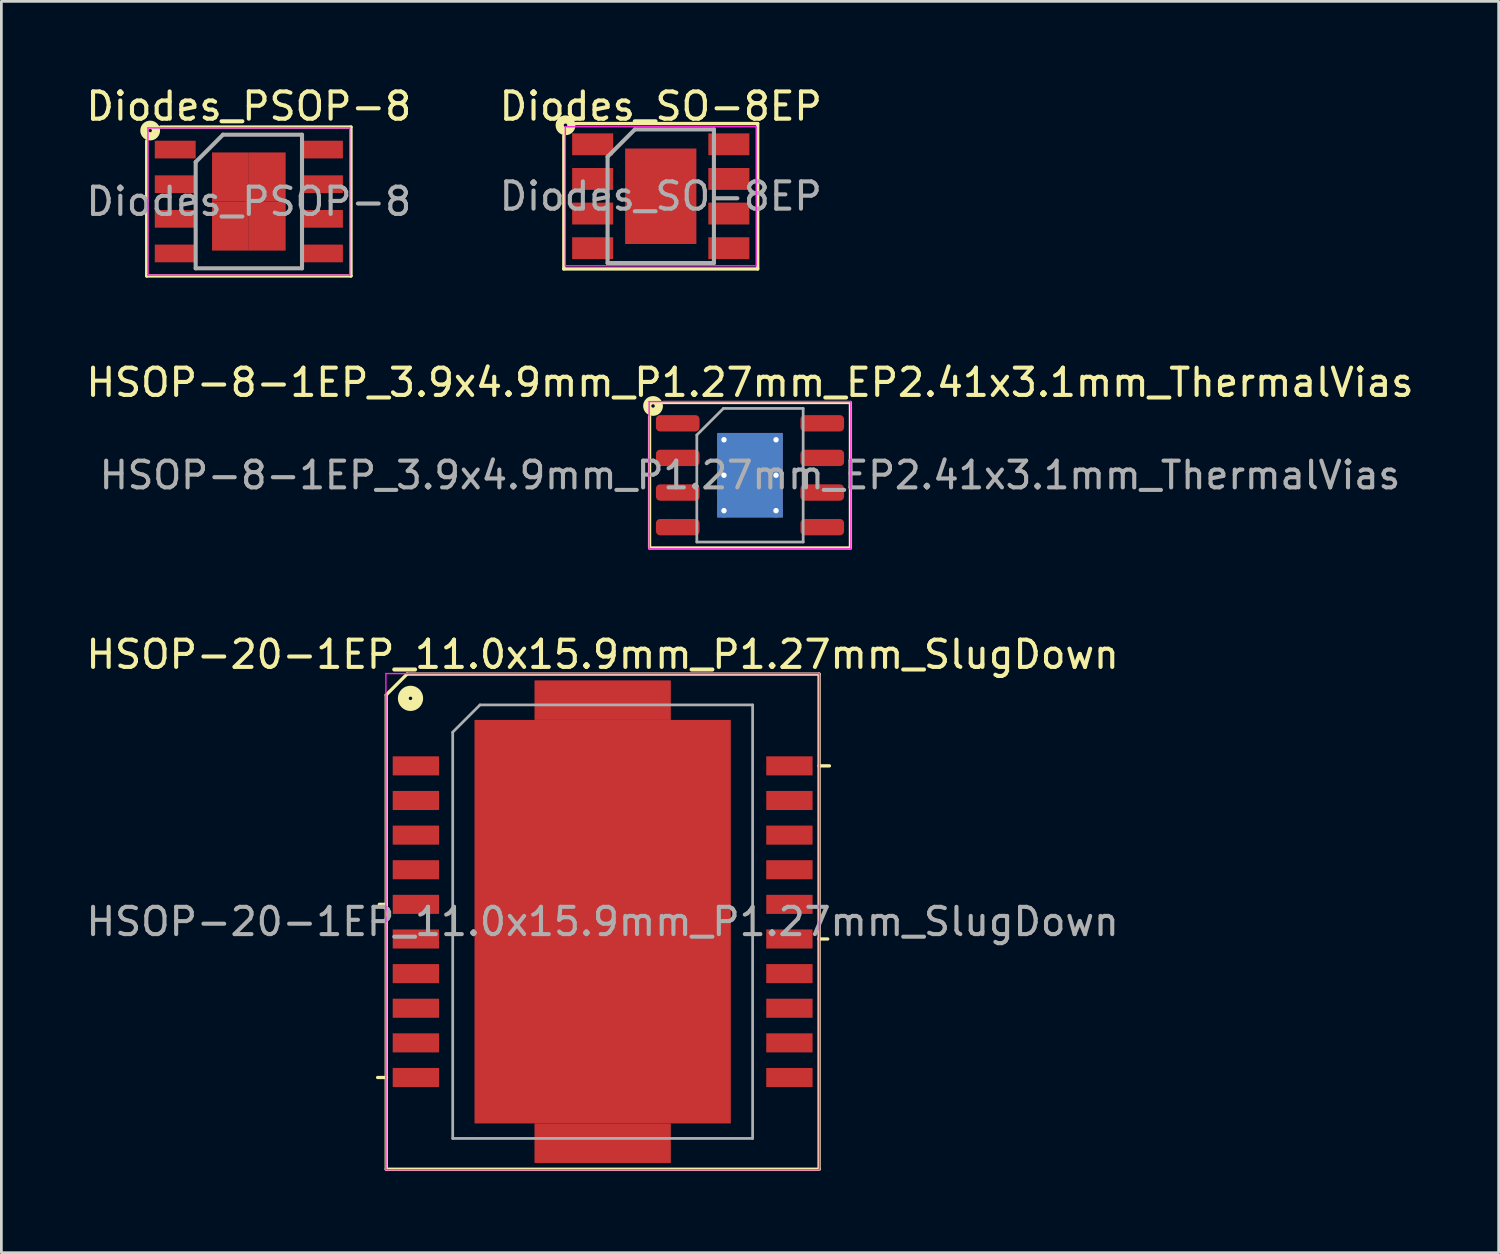
<source format=kicad_pcb>
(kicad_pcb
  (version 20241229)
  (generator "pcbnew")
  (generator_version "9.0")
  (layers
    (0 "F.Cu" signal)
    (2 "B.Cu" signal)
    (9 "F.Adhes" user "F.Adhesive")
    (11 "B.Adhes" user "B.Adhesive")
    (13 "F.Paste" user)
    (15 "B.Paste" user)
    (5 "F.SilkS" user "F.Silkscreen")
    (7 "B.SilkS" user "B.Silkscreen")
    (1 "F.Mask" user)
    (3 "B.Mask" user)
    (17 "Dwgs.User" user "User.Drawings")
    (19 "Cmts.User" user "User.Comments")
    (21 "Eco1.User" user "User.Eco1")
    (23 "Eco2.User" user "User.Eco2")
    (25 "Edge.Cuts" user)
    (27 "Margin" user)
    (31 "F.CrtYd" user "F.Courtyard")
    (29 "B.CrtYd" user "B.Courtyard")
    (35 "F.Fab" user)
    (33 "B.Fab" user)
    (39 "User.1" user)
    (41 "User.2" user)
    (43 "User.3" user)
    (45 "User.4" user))
  (footprint "HSOP-20-1EP_11.0x15.9mm_P1.27mm_SlugDown"
    (layer "F.Cu")
    (at 19.054 30.755)
    (property "Reference" "HSOP-20-1EP_11.0x15.9mm_P1.27mm_SlugDown" (at 0 -9.8 0) (layer "F.SilkS") (effects (font (size 1 1) (thickness 0.15))))
    (attr smd)
    (fp_line (start -7.938 -8.319) (end -7.938 9.081) (stroke (width 0.12) (type solid)) (layer "F.SilkS"))
    (fp_line (start -7.938 -8.319) (end -7.176 -9.081) (stroke (width 0.12) (type solid)) (layer "F.SilkS"))
    (fp_line (start -7.938 -0.635) (end -8.191 -0.635) (stroke (width 0.12) (type solid)) (layer "F.SilkS"))
    (fp_line (start -7.938 5.715) (end -8.255 5.715) (stroke (width 0.12) (type solid)) (layer "F.SilkS"))
    (fp_line (start -7.938 9.081) (end 7.938 9.081) (stroke (width 0.12) (type solid)) (layer "F.SilkS"))
    (fp_line (start 7.938 -9.081) (end -7.176 -9.081) (stroke (width 0.12) (type solid)) (layer "F.SilkS"))
    (fp_line (start 7.938 -5.715) (end 8.319 -5.715) (stroke (width 0.12) (type solid)) (layer "F.SilkS"))
    (fp_line (start 7.938 0.635) (end 8.255 0.635) (stroke (width 0.12) (type solid)) (layer "F.SilkS"))
    (fp_line (start 7.938 9.081) (end 7.938 -9.081) (stroke (width 0.12) (type solid)) (layer "F.SilkS"))
    (fp_circle (center -7.048 -8.191) (end -6.985 -8.191) (stroke (width 0.4) (type solid)) (fill no) (layer "F.SilkS"))
    (fp_line (start -7.95 -9.1) (end -7.95 9.1) (stroke (width 0.05) (type solid)) (layer "F.CrtYd"))
    (fp_line (start -7.95 -9.1) (end 7.95 -9.1) (stroke (width 0.05) (type solid)) (layer "F.CrtYd"))
    (fp_line (start 7.95 9.1) (end -7.95 9.1) (stroke (width 0.05) (type solid)) (layer "F.CrtYd"))
    (fp_line (start 7.95 9.1) (end 7.95 -9.1) (stroke (width 0.05) (type solid)) (layer "F.CrtYd"))
    (fp_line (start -5.5 -6.95) (end -5.5 7.95) (stroke (width 0.1) (type solid)) (layer "F.Fab"))
    (fp_line (start -5.5 7.95) (end 5.5 7.95) (stroke (width 0.1) (type solid)) (layer "F.Fab"))
    (fp_line (start -4.5 -7.95) (end -5.5 -6.95) (stroke (width 0.1) (type solid)) (layer "F.Fab"))
    (fp_line (start 5.5 -7.95) (end -4.5 -7.95) (stroke (width 0.1) (type solid)) (layer "F.Fab"))
    (fp_line (start 5.5 7.95) (end 5.5 -7.95) (stroke (width 0.1) (type solid)) (layer "F.Fab"))
    (fp_text user "${REFERENCE}" (at 0 0 0) (layer "F.Fab") (effects (font (size 1 1) (thickness 0.15))))
    (pad "1" smd rect (at -6.85 -5.715) (size 1.7 0.7) (layers "F.Cu" "F.Mask" "F.Paste"))
    (pad "2" smd rect (at -6.85 -4.445) (size 1.7 0.7) (layers "F.Cu" "F.Mask" "F.Paste"))
    (pad "3" smd rect (at -6.85 -3.175) (size 1.7 0.7) (layers "F.Cu" "F.Mask" "F.Paste"))
    (pad "4" smd rect (at -6.85 -1.905) (size 1.7 0.7) (layers "F.Cu" "F.Mask" "F.Paste"))
    (pad "5" smd rect (at -6.85 -0.635) (size 1.7 0.7) (layers "F.Cu" "F.Mask" "F.Paste"))
    (pad "6" smd rect (at -6.85 0.635) (size 1.7 0.7) (layers "F.Cu" "F.Mask" "F.Paste"))
    (pad "7" smd rect (at -6.85 1.905) (size 1.7 0.7) (layers "F.Cu" "F.Mask" "F.Paste"))
    (pad "8" smd rect (at -6.85 3.175) (size 1.7 0.7) (layers "F.Cu" "F.Mask" "F.Paste"))
    (pad "9" smd rect (at -6.85 4.445) (size 1.7 0.7) (layers "F.Cu" "F.Mask" "F.Paste"))
    (pad "10" smd rect (at -6.85 5.715) (size 1.7 0.7) (layers "F.Cu" "F.Mask" "F.Paste"))
    (pad "11" smd rect (at 6.85 5.715) (size 1.7 0.7) (layers "F.Cu" "F.Mask" "F.Paste"))
    (pad "12" smd rect (at 6.85 4.445) (size 1.7 0.7) (layers "F.Cu" "F.Mask" "F.Paste"))
    (pad "13" smd rect (at 6.85 3.175) (size 1.7 0.7) (layers "F.Cu" "F.Mask" "F.Paste"))
    (pad "14" smd rect (at 6.85 1.905) (size 1.7 0.7) (layers "F.Cu" "F.Mask" "F.Paste"))
    (pad "15" smd rect (at 6.85 0.635) (size 1.7 0.7) (layers "F.Cu" "F.Mask" "F.Paste"))
    (pad "16" smd rect (at 6.85 -0.635) (size 1.7 0.7) (layers "F.Cu" "F.Mask" "F.Paste"))
    (pad "17" smd rect (at 6.85 -1.905) (size 1.7 0.7) (layers "F.Cu" "F.Mask" "F.Paste"))
    (pad "18" smd rect (at 6.85 -3.175) (size 1.7 0.7) (layers "F.Cu" "F.Mask" "F.Paste"))
    (pad "19" smd rect (at 6.85 -4.445) (size 1.7 0.7) (layers "F.Cu" "F.Mask" "F.Paste"))
    (pad "20" smd rect (at 6.85 -5.715) (size 1.7 0.7) (layers "F.Cu" "F.Mask" "F.Paste"))
    (pad "21" smd rect (at 0 -8.125) (size 5 1.45) (layers "F.Cu" "F.Mask" "F.Paste"))
    (pad "21" smd rect (at 0 0) (size 9.4 14.8) (layers "F.Cu" "F.Mask" "F.Paste"))
    (pad "21" smd rect (at 0 8.125) (size 5 1.45) (layers "F.Cu" "F.Mask" "F.Paste")))
  (footprint "Diodes_SO-8EP"
    (layer "F.Cu")
    (at 21.185 4.148)
    (property "Reference" "Diodes_SO-8EP" (at 0 -3.3 0) (layer "F.SilkS") (effects (font (size 1 1) (thickness 0.15))))
    (attr smd)
    (fp_line (start -3.556 2.667) (end -3.556 -2.223) (stroke (width 0.12) (type solid)) (layer "F.SilkS"))
    (fp_line (start -3.111 -2.667) (end 3.493 -2.667) (stroke (width 0.12) (type solid)) (layer "F.SilkS"))
    (fp_line (start 3.493 -2.667) (end 3.556 -2.667) (stroke (width 0.12) (type solid)) (layer "F.SilkS"))
    (fp_line (start 3.556 -2.667) (end 3.556 2.667) (stroke (width 0.12) (type solid)) (layer "F.SilkS"))
    (fp_line (start 3.556 2.667) (end -3.556 2.667) (stroke (width 0.12) (type solid)) (layer "F.SilkS"))
    (fp_circle (center -3.493 -2.603) (end -3.429 -2.603) (stroke (width 0.3) (type solid)) (fill no) (layer "F.SilkS"))
    (fp_line (start -3.5 -2.55) (end -3.5 2.55) (stroke (width 0.05) (type solid)) (layer "F.CrtYd"))
    (fp_line (start -3.5 -2.55) (end 3.5 -2.55) (stroke (width 0.05) (type solid)) (layer "F.CrtYd"))
    (fp_line (start -3.5 2.55) (end 3.5 2.55) (stroke (width 0.05) (type solid)) (layer "F.CrtYd"))
    (fp_line (start 3.5 -2.55) (end 3.5 2.55) (stroke (width 0.05) (type solid)) (layer "F.CrtYd"))
    (fp_line (start -1.95 -1.45) (end -0.95 -2.45) (stroke (width 0.15) (type solid)) (layer "F.Fab"))
    (fp_line (start -1.95 2.45) (end -1.95 -1.45) (stroke (width 0.15) (type solid)) (layer "F.Fab"))
    (fp_line (start -0.95 -2.45) (end 1.95 -2.45) (stroke (width 0.15) (type solid)) (layer "F.Fab"))
    (fp_line (start 1.95 -2.45) (end 1.95 2.45) (stroke (width 0.15) (type solid)) (layer "F.Fab"))
    (fp_line (start 1.95 2.45) (end -1.95 2.45) (stroke (width 0.15) (type solid)) (layer "F.Fab"))
    (fp_text user "${REFERENCE}" (at 0 0 0) (layer "F.Fab") (effects (font (size 1 1) (thickness 0.15))))
    (pad "1" smd rect (at -2.498 -1.905) (size 1.505 0.802) (layers "F.Cu" "F.Mask" "F.Paste"))
    (pad "2" smd rect (at -2.498 -0.635) (size 1.505 0.802) (layers "F.Cu" "F.Mask" "F.Paste"))
    (pad "3" smd rect (at -2.498 0.635) (size 1.505 0.802) (layers "F.Cu" "F.Mask" "F.Paste"))
    (pad "4" smd rect (at -2.498 1.905) (size 1.505 0.802) (layers "F.Cu" "F.Mask" "F.Paste"))
    (pad "5" smd rect (at 2.498 1.905) (size 1.505 0.802) (layers "F.Cu" "F.Mask" "F.Paste"))
    (pad "6" smd rect (at 2.498 0.635) (size 1.505 0.802) (layers "F.Cu" "F.Mask" "F.Paste"))
    (pad "7" smd rect (at 2.498 -0.635) (size 1.505 0.802) (layers "F.Cu" "F.Mask" "F.Paste"))
    (pad "8" smd rect (at 2.498 -1.905) (size 1.505 0.802) (layers "F.Cu" "F.Mask" "F.Paste"))
    (pad "9" smd rect (at 0 0) (size 2.613 3.502) (layers "F.Cu" "F.Mask" "F.Paste")))
  (footprint "HSOP-8-1EP_3.9x4.9mm_P1.27mm_EP2.41x3.1mm_ThermalVias"
    (layer "F.Cu")
    (at 24.458 14.38)
    (property "Reference" "HSOP-8-1EP_3.9x4.9mm_P1.27mm_EP2.41x3.1mm_ThermalVias" (at 0 -3.4 0) (layer "F.SilkS") (effects (font (size 1 1) (thickness 0.15))))
    (attr smd)
    (fp_line (start -3.683 2.667) (end -3.683 -2.159) (stroke (width 0.12) (type solid)) (layer "F.SilkS"))
    (fp_line (start -3.175 -2.667) (end 3.683 -2.667) (stroke (width 0.12) (type solid)) (layer "F.SilkS"))
    (fp_line (start 3.683 -2.667) (end 3.683 2.667) (stroke (width 0.12) (type solid)) (layer "F.SilkS"))
    (fp_line (start 3.683 2.667) (end -3.683 2.667) (stroke (width 0.12) (type solid)) (layer "F.SilkS"))
    (fp_circle (center -3.556 -2.54) (end -3.493 -2.54) (stroke (width 0.3) (type solid)) (fill no) (layer "F.SilkS"))
    (fp_line (start -3.7 -2.7) (end -3.7 2.7) (stroke (width 0.05) (type solid)) (layer "F.CrtYd"))
    (fp_line (start -3.7 2.7) (end 3.7 2.7) (stroke (width 0.05) (type solid)) (layer "F.CrtYd"))
    (fp_line (start 3.7 -2.7) (end -3.7 -2.7) (stroke (width 0.05) (type solid)) (layer "F.CrtYd"))
    (fp_line (start 3.7 2.7) (end 3.7 -2.7) (stroke (width 0.05) (type solid)) (layer "F.CrtYd"))
    (fp_line (start -1.95 -1.475) (end -0.975 -2.45) (stroke (width 0.1) (type solid)) (layer "F.Fab"))
    (fp_line (start -1.95 2.45) (end -1.95 -1.475) (stroke (width 0.1) (type solid)) (layer "F.Fab"))
    (fp_line (start -0.975 -2.45) (end 1.95 -2.45) (stroke (width 0.1) (type solid)) (layer "F.Fab"))
    (fp_line (start 1.95 -2.45) (end 1.95 2.45) (stroke (width 0.1) (type solid)) (layer "F.Fab"))
    (fp_line (start 1.95 2.45) (end -1.95 2.45) (stroke (width 0.1) (type solid)) (layer "F.Fab"))
    (fp_text user "${REFERENCE}" (at 0 0 0) (layer "F.Fab") (effects (font (size 0.98 0.98) (thickness 0.15))))
    (pad "" smd roundrect (at -0.6 -0.775) (size 0.97 1.25) (layers "F.Paste") (roundrect_rratio 0.25))
    (pad "" smd roundrect (at -0.6 0.775) (size 0.97 1.25) (layers "F.Paste") (roundrect_rratio 0.25))
    (pad "" smd roundrect (at 0.6 -0.775) (size 0.97 1.25) (layers "F.Paste") (roundrect_rratio 0.25))
    (pad "" smd roundrect (at 0.6 0.775) (size 0.97 1.25) (layers "F.Paste") (roundrect_rratio 0.25))
    (pad "1" smd roundrect (at -2.65 -1.905) (size 1.6 0.6) (layers "F.Cu" "F.Mask" "F.Paste") (roundrect_rratio 0.25))
    (pad "2" smd roundrect (at -2.65 -0.635) (size 1.6 0.6) (layers "F.Cu" "F.Mask" "F.Paste") (roundrect_rratio 0.25))
    (pad "3" smd roundrect (at -2.65 0.635) (size 1.6 0.6) (layers "F.Cu" "F.Mask" "F.Paste") (roundrect_rratio 0.25))
    (pad "4" smd roundrect (at -2.65 1.905) (size 1.6 0.6) (layers "F.Cu" "F.Mask" "F.Paste") (roundrect_rratio 0.25))
    (pad "5" smd roundrect (at 2.65 1.905) (size 1.6 0.6) (layers "F.Cu" "F.Mask" "F.Paste") (roundrect_rratio 0.25))
    (pad "6" smd roundrect (at 2.65 0.635) (size 1.6 0.6) (layers "F.Cu" "F.Mask" "F.Paste") (roundrect_rratio 0.25))
    (pad "7" smd roundrect (at 2.65 -0.635) (size 1.6 0.6) (layers "F.Cu" "F.Mask" "F.Paste") (roundrect_rratio 0.25))
    (pad "8" smd roundrect (at 2.65 -1.905) (size 1.6 0.6) (layers "F.Cu" "F.Mask" "F.Paste") (roundrect_rratio 0.25))
    (pad "9" thru_hole circle (at -0.955 -1.3) (size 0.5 0.5) (drill 0.2) (layers "*.Cu"))
    (pad "9" thru_hole circle (at -0.955 0) (size 0.5 0.5) (drill 0.2) (layers "*.Cu"))
    (pad "9" thru_hole circle (at -0.955 1.3) (size 0.5 0.5) (drill 0.2) (layers "*.Cu"))
    (pad "9" smd rect (at 0 0) (size 2.41 3.1) (layers "F.Cu" "F.Mask"))
    (pad "9" smd rect (at 0 0) (size 2.41 3.1) (layers "B.Cu" "B.Mask"))
    (pad "9" thru_hole circle (at 0.955 -1.3) (size 0.5 0.5) (drill 0.2) (layers "*.Cu"))
    (pad "9" thru_hole circle (at 0.955 0) (size 0.5 0.5) (drill 0.2) (layers "*.Cu"))
    (pad "9" thru_hole circle (at 0.955 1.3) (size 0.5 0.5) (drill 0.2) (layers "*.Cu")))
  (footprint "Diodes_PSOP-8"
    (layer "F.Cu")
    (at 6.077 4.341)
    (property "Reference" "Diodes_PSOP-8" (at 0 -3.493 0) (layer "F.SilkS") (effects (font (size 1 1) (thickness 0.15))))
    (attr smd)
    (fp_line (start -3.747 -2.223) (end -3.747 2.731) (stroke (width 0.12) (type solid)) (layer "F.SilkS"))
    (fp_line (start -3.747 2.731) (end 3.747 2.731) (stroke (width 0.12) (type solid)) (layer "F.SilkS"))
    (fp_line (start 3.747 -2.731) (end -3.239 -2.731) (stroke (width 0.12) (type solid)) (layer "F.SilkS"))
    (fp_line (start 3.747 2.731) (end 3.747 -2.731) (stroke (width 0.12) (type solid)) (layer "F.SilkS"))
    (fp_circle (center -3.619 -2.603) (end -3.556 -2.603) (stroke (width 0.3) (type solid)) (fill no) (layer "F.SilkS"))
    (fp_line (start -3.7 -2.7) (end -3.7 2.7) (stroke (width 0.05) (type solid)) (layer "F.CrtYd"))
    (fp_line (start -3.7 -2.7) (end 3.7 -2.7) (stroke (width 0.05) (type solid)) (layer "F.CrtYd"))
    (fp_line (start -3.7 2.7) (end 3.7 2.7) (stroke (width 0.05) (type solid)) (layer "F.CrtYd"))
    (fp_line (start 3.7 -2.7) (end 3.7 2.7) (stroke (width 0.05) (type solid)) (layer "F.CrtYd"))
    (fp_line (start -1.95 -1.45) (end -0.95 -2.45) (stroke (width 0.15) (type solid)) (layer "F.Fab"))
    (fp_line (start -1.95 2.45) (end -1.95 -1.45) (stroke (width 0.15) (type solid)) (layer "F.Fab"))
    (fp_line (start -0.95 -2.45) (end 1.95 -2.45) (stroke (width 0.15) (type solid)) (layer "F.Fab"))
    (fp_line (start 1.95 -2.45) (end 1.95 2.45) (stroke (width 0.15) (type solid)) (layer "F.Fab"))
    (fp_line (start 1.95 2.45) (end -1.95 2.45) (stroke (width 0.15) (type solid)) (layer "F.Fab"))
    (fp_text user "${REFERENCE}" (at 0 0 0) (layer "F.Fab") (effects (font (size 1 1) (thickness 0.15))))
    (pad "1" smd rect (at -2.7 -1.905) (size 1.5 0.65) (layers "F.Cu" "F.Mask" "F.Paste"))
    (pad "2" smd rect (at -2.7 -0.635) (size 1.5 0.65) (layers "F.Cu" "F.Mask" "F.Paste"))
    (pad "3" smd rect (at -2.7 0.635) (size 1.5 0.65) (layers "F.Cu" "F.Mask" "F.Paste"))
    (pad "4" smd rect (at -2.7 1.905) (size 1.5 0.65) (layers "F.Cu" "F.Mask" "F.Paste"))
    (pad "5" smd rect (at 2.7 1.905) (size 1.5 0.65) (layers "F.Cu" "F.Mask" "F.Paste"))
    (pad "6" smd rect (at 2.7 0.635) (size 1.5 0.65) (layers "F.Cu" "F.Mask" "F.Paste"))
    (pad "7" smd rect (at 2.7 -0.635) (size 1.5 0.65) (layers "F.Cu" "F.Mask" "F.Paste"))
    (pad "8" smd rect (at 2.7 -1.905) (size 1.5 0.65) (layers "F.Cu" "F.Mask" "F.Paste"))
    (pad "9" smd rect (at -0.675 -0.9) (size 1.35 1.8) (layers "F.Cu" "F.Mask" "F.Paste"))
    (pad "9" smd rect (at -0.675 0.9) (size 1.35 1.8) (layers "F.Cu" "F.Mask" "F.Paste"))
    (pad "9" smd rect (at 0.675 -0.9) (size 1.35 1.8) (layers "F.Cu" "F.Mask" "F.Paste"))
    (pad "9" smd rect (at 0.675 0.9) (size 1.35 1.8) (layers "F.Cu" "F.Mask" "F.Paste")))
  (gr_rect
    (start -3 -3)
    (end 51.917 42.895)
    (stroke (width 0.1) (type default))
    (fill no)
    (layer "Edge.Cuts")))
</source>
